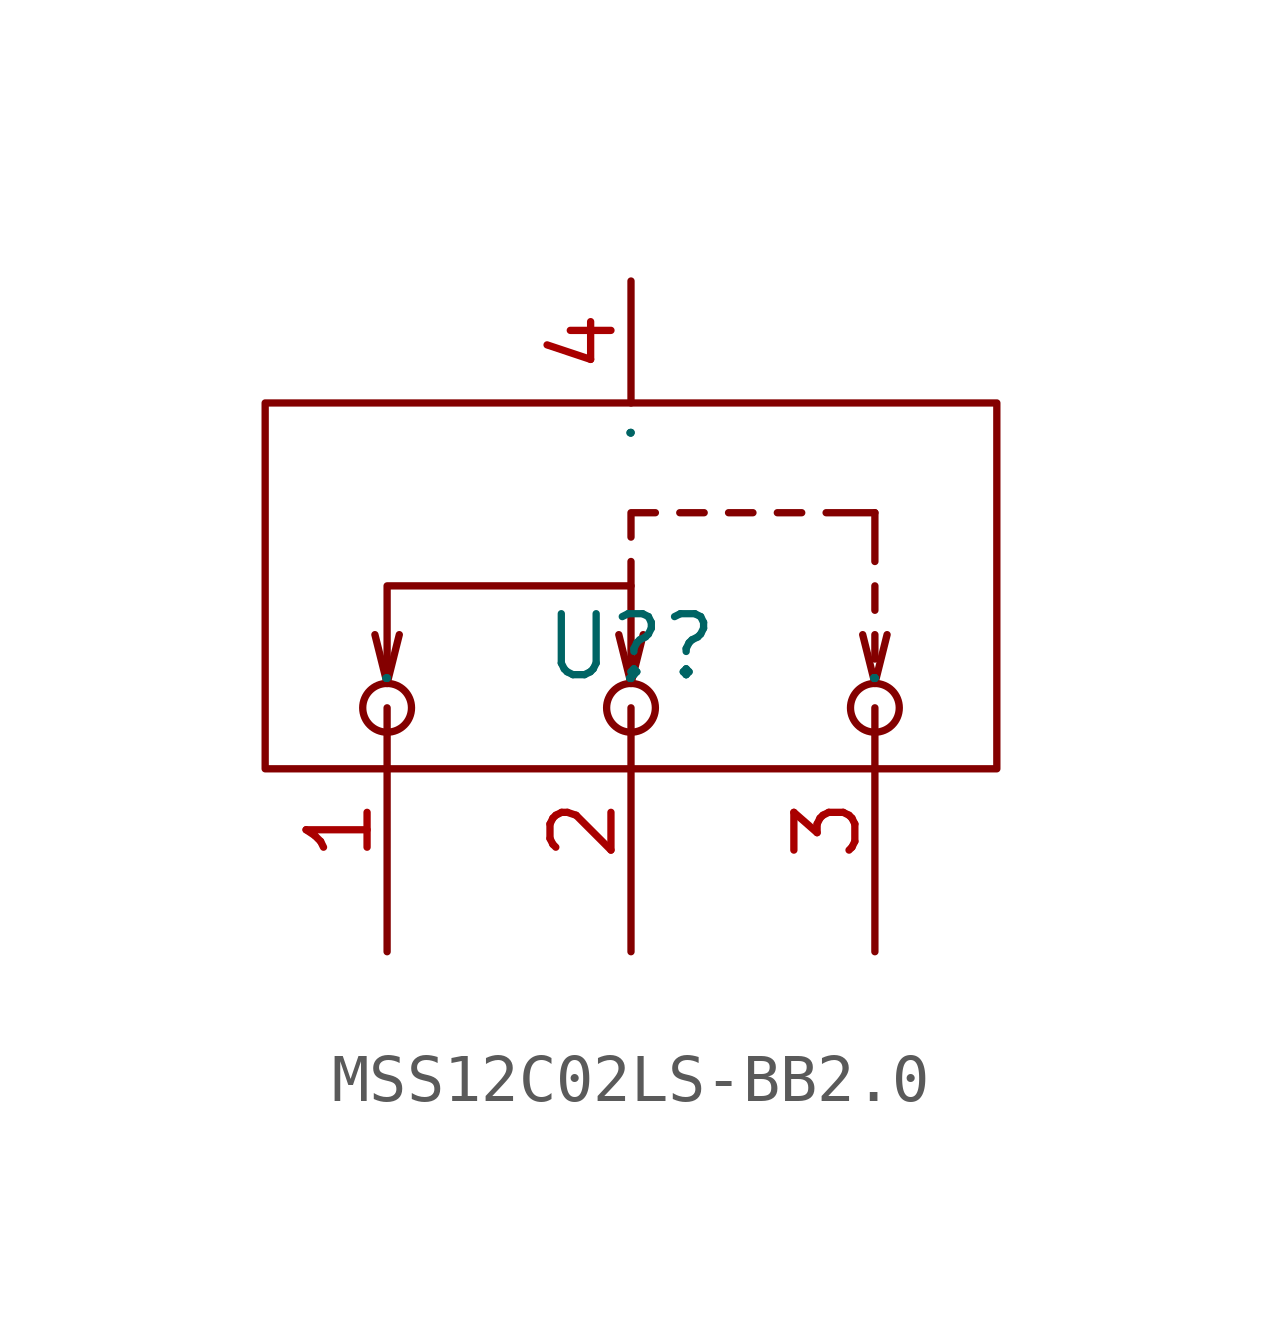
<source format=kicad_sym>
(kicad_symbol_lib
  (version 20231120)
  (generator "kicad_symbol_editor")
  (generator_version "8.0")
  (symbol "MSS12C02LS-BB2.0"
    (property "Reference" "U?"
      (at 0 0 0)
      (effects (font (size 1.27 1.27))))
    (property "Value" ""
      (at 0 0 0)
      (effects (font (size 1.27 1.27))))
    (symbol "MSS12C02LS-BB2.0_1_0"
      (rectangle (start -7.62 -2.54) (end 7.62 5.08) (stroke (width 0) (type default)) (fill (type none)))
      (circle (center -5.08 -1.27) (radius 0.508) (stroke (width 0) (type default)) (fill (type none)))
      (circle (center 0 -1.27) (radius 0.508) (stroke (width 0) (type default)) (fill (type none)))
      (polyline (pts (xy -5.08 -0.762) (xy -5.334 0.254)) (stroke (width 0) (type default)) (fill (type none)))
      (polyline (pts (xy -5.08 -0.762) (xy -4.826 0.254)) (stroke (width 0) (type default)) (fill (type none)))
      (polyline (pts (xy 0 -0.762) (xy -0.254 0.254)) (stroke (width 0) (type default)) (fill (type none)))
      (polyline (pts (xy 0 -0.762) (xy 0.254 0.254)) (stroke (width 0) (type default)) (fill (type none)))
      (polyline (pts (xy 0 1.27) (xy 0 1.778)) (stroke (width 0) (type default)) (fill (type none)))
      (polyline (pts (xy 1.016 2.794) (xy 1.524 2.794)) (stroke (width 0) (type default)) (fill (type none)))
      (polyline (pts (xy 2.032 2.794) (xy 2.54 2.794)) (stroke (width 0) (type default)) (fill (type none)))
      (polyline (pts (xy 3.048 2.794) (xy 3.556 2.794)) (stroke (width 0) (type default)) (fill (type none)))
      (polyline (pts (xy 4.064 2.794) (xy 5.08 2.794)) (stroke (width 0) (type default)) (fill (type none)))
      (polyline (pts (xy 5.08 -0.762) (xy 4.826 0.254)) (stroke (width 0) (type default)) (fill (type none)))
      (polyline (pts (xy 5.08 -0.762) (xy 5.334 0.254)) (stroke (width 0) (type default)) (fill (type none)))
      (polyline (pts (xy 5.08 -0.254) (xy 5.08 0.254)) (stroke (width 0) (type default)) (fill (type none)))
      (polyline (pts (xy 5.08 0.762) (xy 5.08 1.27)) (stroke (width 0) (type default)) (fill (type none)))
      (polyline (pts (xy 5.08 2.794) (xy 5.08 1.778)) (stroke (width 0) (type default)) (fill (type none)))
      (polyline (pts (xy 0 2.286) (xy 0 2.794) (xy 0 2.794) (xy 0.508 2.794)) (stroke (width 0) (type default)) (fill (type none)))
      (polyline (pts (xy -5.08 -0.762) (xy -5.08 1.27) (xy -5.08 1.27) (xy 0 1.27) (xy 0 1.27) (xy 0 -0.762)) (stroke (width 0) (type default)) (fill (type none)))
      (circle (center 5.08 -1.27) (radius 0.508) (stroke (width 0) (type default)) (fill (type none)))
      (pin unspecified line (at -5.08 -6.35 90) (length 5.08) (name "1" (effects (font (size 0.025 0.025)))) (number "1" (effects (font (size 1.27 1.27)))))
      (pin unspecified line (at 0 -6.35 90) (length 5.08) (name "2" (effects (font (size 0.025 0.025)))) (number "2" (effects (font (size 1.27 1.27)))))
      (pin unspecified line (at 5.08 -6.35 90) (length 5.08) (name "3" (effects (font (size 0.025 0.025)))) (number "3" (effects (font (size 1.27 1.27)))))
      (pin unspecified line (at 0 7.62 270) (length 2.54) (name "4" (effects (font (size 0.025 0.025)))) (number "4" (effects (font (size 1.27 1.27))))))))
</source>
